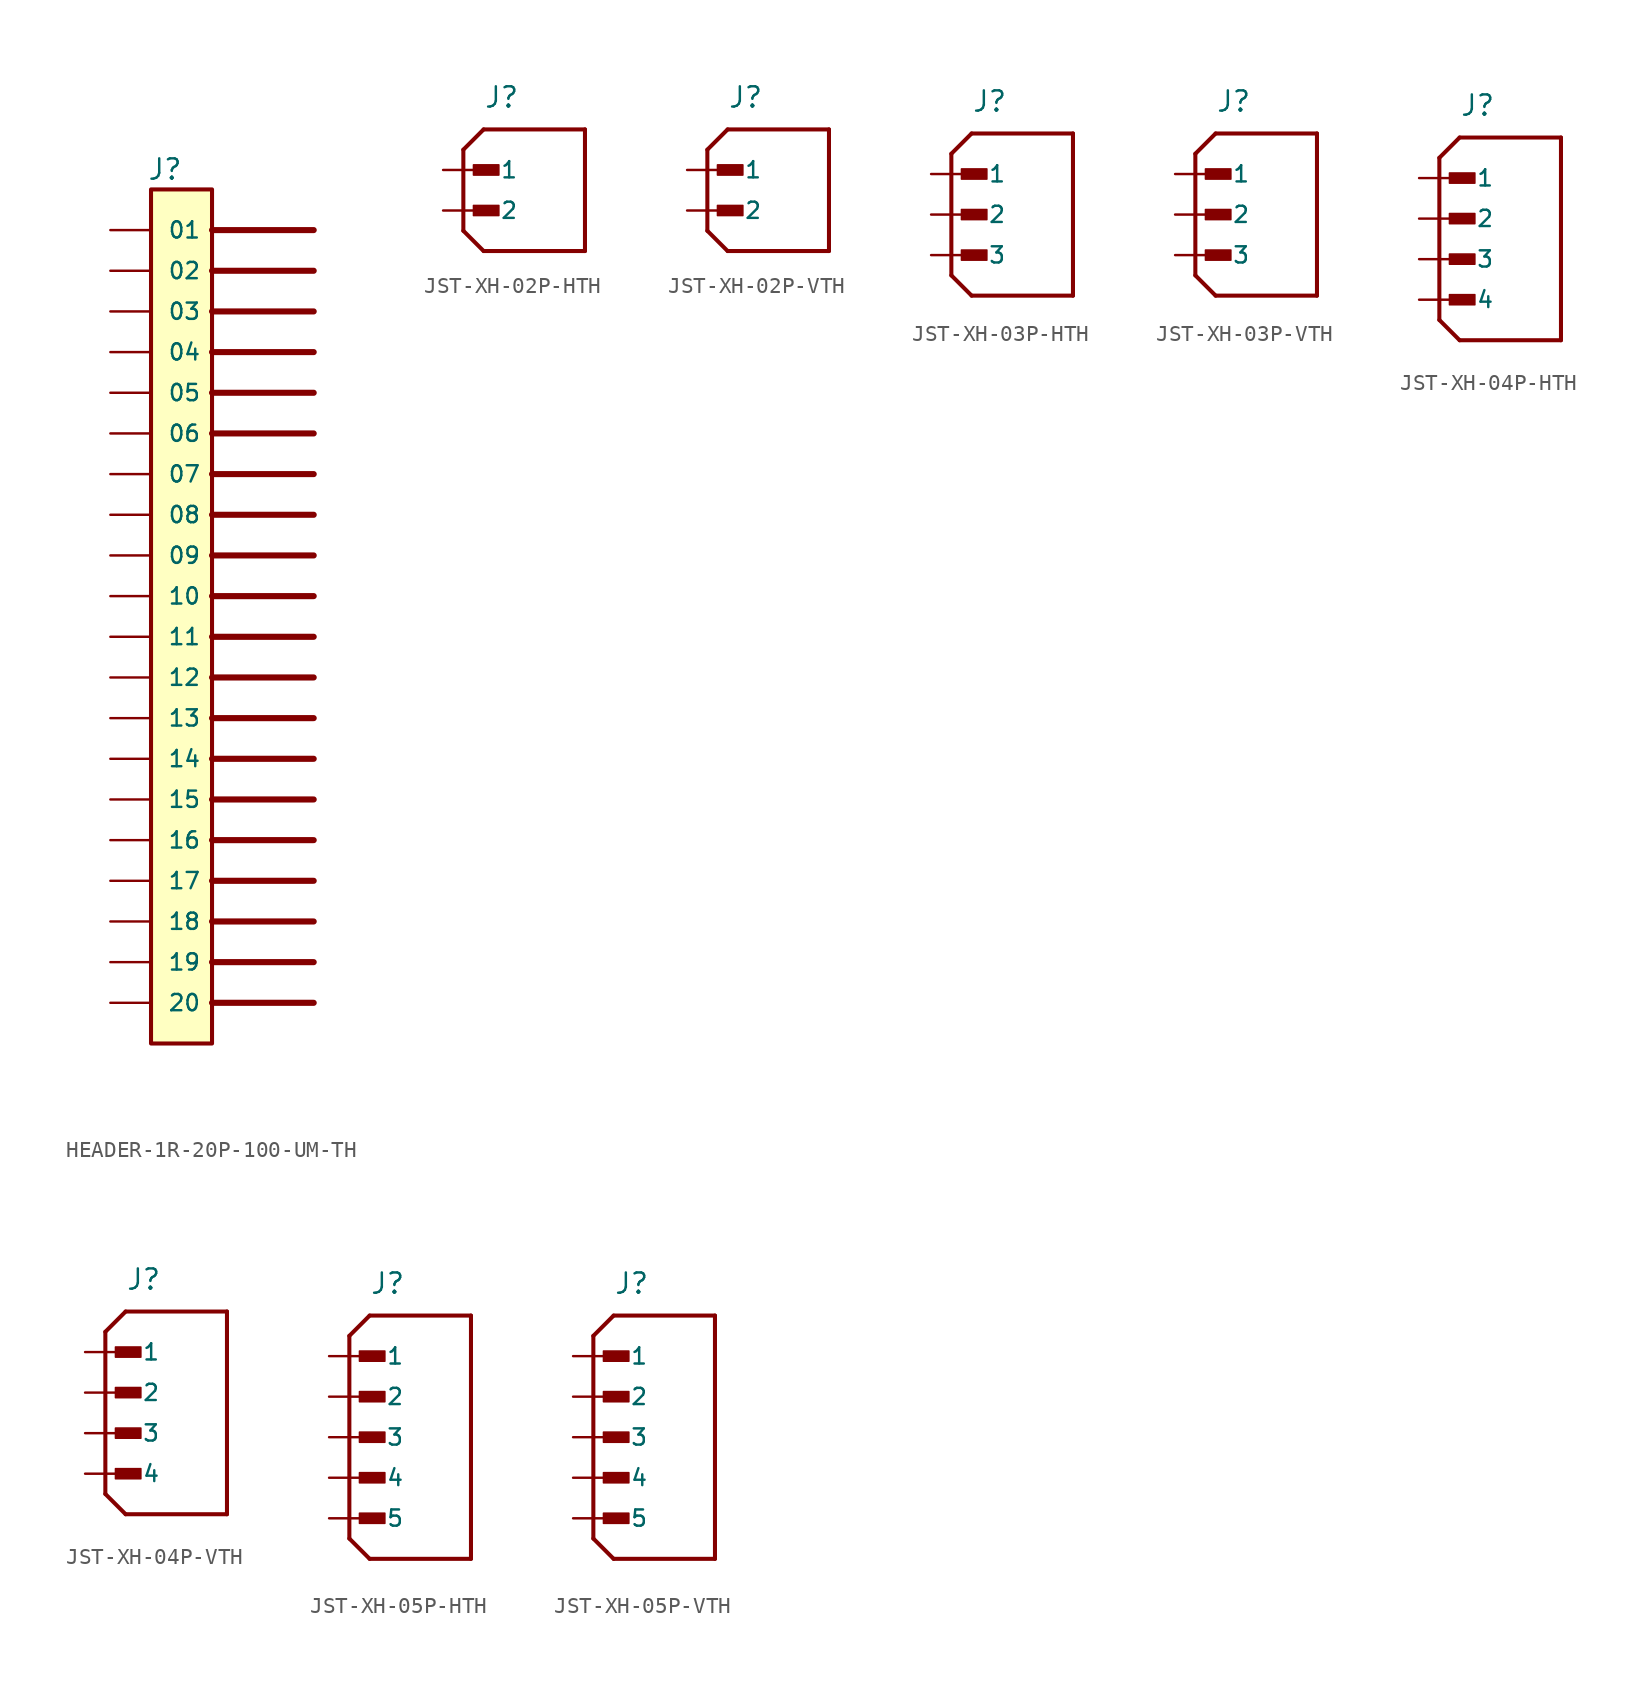
<source format=kicad_sym>
(kicad_symbol_lib
  (version 20231120)
  (generator "kicad_symbol_editor")
  (generator_version "8.0")
  (symbol "HEADER-1R-20P-100-UM-TH"
    (pin_numbers hide)
    (pin_names
      (offset 1.016))
    (property "Reference" "J"
      (at 2.286 3.048 0)
      (effects (font (size 1.27 1.27)) (justify left bottom)))
    (symbol "HEADER-1R-20P-100-UM-TH_0_0"
      (rectangle (start 2.54 2.54) (end 6.35 -50.8) (stroke (width 0.254) (type default)) (fill (type background)))
      (pin passive line (at 0 0 0) (length 2.54) (name "01" (effects (font (size 1.016 1.016)))) (number "01" (effects (font (size 1.016 1.016)))))
      (pin passive line (at 0 -2.54 0) (length 2.54) (name "02" (effects (font (size 1.016 1.016)))) (number "02" (effects (font (size 1.016 1.016)))))
      (pin passive line (at 0 -5.08 0) (length 2.54) (name "03" (effects (font (size 1.016 1.016)))) (number "03" (effects (font (size 1.016 1.016)))))
      (pin passive line (at 0 -7.62 0) (length 2.54) (name "04" (effects (font (size 1.016 1.016)))) (number "04" (effects (font (size 1.016 1.016)))))
      (pin passive line (at 0 -10.16 0) (length 2.54) (name "05" (effects (font (size 1.016 1.016)))) (number "05" (effects (font (size 1.016 1.016)))))
      (pin passive line (at 0 -12.7 0) (length 2.54) (name "06" (effects (font (size 1.016 1.016)))) (number "06" (effects (font (size 1.016 1.016)))))
      (pin passive line (at 0 -15.24 0) (length 2.54) (name "07" (effects (font (size 1.016 1.016)))) (number "07" (effects (font (size 1.016 1.016)))))
      (pin passive line (at 0 -17.78 0) (length 2.54) (name "08" (effects (font (size 1.016 1.016)))) (number "08" (effects (font (size 1.016 1.016)))))
      (pin passive line (at 0 -20.32 0) (length 2.54) (name "09" (effects (font (size 1.016 1.016)))) (number "09" (effects (font (size 1.016 1.016)))))
      (pin passive line (at 0 -22.86 0) (length 2.54) (name "10" (effects (font (size 1.016 1.016)))) (number "10" (effects (font (size 1.016 1.016)))))
      (pin passive line (at 0 -25.4 0) (length 2.54) (name "11" (effects (font (size 1.016 1.016)))) (number "11" (effects (font (size 1.016 1.016)))))
      (pin passive line (at 0 -27.94 0) (length 2.54) (name "12" (effects (font (size 1.016 1.016)))) (number "12" (effects (font (size 1.016 1.016)))))
      (pin passive line (at 0 -30.48 0) (length 2.54) (name "13" (effects (font (size 1.016 1.016)))) (number "13" (effects (font (size 1.016 1.016)))))
      (pin passive line (at 0 -33.02 0) (length 2.54) (name "14" (effects (font (size 1.016 1.016)))) (number "14" (effects (font (size 1.016 1.016)))))
      (pin passive line (at 0 -35.56 0) (length 2.54) (name "15" (effects (font (size 1.016 1.016)))) (number "15" (effects (font (size 1.016 1.016)))))
      (pin passive line (at 0 -38.1 0) (length 2.54) (name "16" (effects (font (size 1.016 1.016)))) (number "16" (effects (font (size 1.016 1.016)))))
      (pin passive line (at 0 -40.64 0) (length 2.54) (name "17" (effects (font (size 1.016 1.016)))) (number "17" (effects (font (size 1.016 1.016)))))
      (pin passive line (at 0 -43.18 0) (length 2.54) (name "18" (effects (font (size 1.016 1.016)))) (number "18" (effects (font (size 1.016 1.016)))))
      (pin passive line (at 0 -45.72 0) (length 2.54) (name "19" (effects (font (size 1.016 1.016)))) (number "19" (effects (font (size 1.016 1.016)))))
      (pin passive line (at 0 -48.26 0) (length 2.54) (name "20" (effects (font (size 1.016 1.016)))) (number "20" (effects (font (size 1.016 1.016))))))
    (symbol "HEADER-1R-20P-100-UM-TH_1_1"
      (polyline (pts (xy 6.35 -48.26) (xy 12.7 -48.26)) (stroke (width 0.381) (type default)) (fill (type none)))
      (polyline (pts (xy 6.35 -45.72) (xy 12.7 -45.72)) (stroke (width 0.381) (type default)) (fill (type none)))
      (polyline (pts (xy 6.35 -43.18) (xy 12.7 -43.18)) (stroke (width 0.381) (type default)) (fill (type none)))
      (polyline (pts (xy 6.35 -40.64) (xy 12.7 -40.64)) (stroke (width 0.381) (type default)) (fill (type none)))
      (polyline (pts (xy 6.35 -38.1) (xy 12.7 -38.1)) (stroke (width 0.381) (type default)) (fill (type none)))
      (polyline (pts (xy 6.35 -35.56) (xy 12.7 -35.56)) (stroke (width 0.381) (type default)) (fill (type none)))
      (polyline (pts (xy 6.35 -33.02) (xy 12.7 -33.02)) (stroke (width 0.381) (type default)) (fill (type none)))
      (polyline (pts (xy 6.35 -30.48) (xy 12.7 -30.48)) (stroke (width 0.381) (type default)) (fill (type none)))
      (polyline (pts (xy 6.35 -27.94) (xy 12.7 -27.94)) (stroke (width 0.381) (type default)) (fill (type none)))
      (polyline (pts (xy 6.35 -25.4) (xy 12.7 -25.4)) (stroke (width 0.381) (type default)) (fill (type none)))
      (polyline (pts (xy 6.35 -22.86) (xy 12.7 -22.86)) (stroke (width 0.381) (type default)) (fill (type none)))
      (polyline (pts (xy 6.35 -20.32) (xy 12.7 -20.32)) (stroke (width 0.381) (type default)) (fill (type none)))
      (polyline (pts (xy 6.35 -17.78) (xy 12.7 -17.78)) (stroke (width 0.381) (type default)) (fill (type none)))
      (polyline (pts (xy 6.35 -15.24) (xy 12.7 -15.24)) (stroke (width 0.381) (type default)) (fill (type none)))
      (polyline (pts (xy 6.35 -12.7) (xy 12.7 -12.7)) (stroke (width 0.381) (type default)) (fill (type none)))
      (polyline (pts (xy 6.35 -10.16) (xy 12.7 -10.16)) (stroke (width 0.381) (type default)) (fill (type none)))
      (polyline (pts (xy 6.35 -7.62) (xy 12.7 -7.62)) (stroke (width 0.381) (type default)) (fill (type none)))
      (polyline (pts (xy 6.35 -5.08) (xy 12.7 -5.08)) (stroke (width 0.381) (type default)) (fill (type none)))
      (polyline (pts (xy 6.35 -2.54) (xy 12.7 -2.54)) (stroke (width 0.381) (type default)) (fill (type none)))
      (polyline (pts (xy 6.35 0) (xy 12.7 0)) (stroke (width 0.381) (type default)) (fill (type none)))))
  (symbol "JST-XH-02P-HTH"
    (pin_numbers hide)
    (pin_names
      (offset 1.016))
    (property "Reference" "J"
      (at 2.54 3.81 0)
      (effects (font (size 1.27 1.27)) (justify left bottom)))
    (symbol "JST-XH-02P-HTH_0_0"
      (polyline (pts (xy 1.27 -3.81) (xy 2.54 -5.08)) (stroke (width 0.254) (type default)) (fill (type none)))
      (polyline (pts (xy 1.27 1.27) (xy 1.27 -3.81)) (stroke (width 0.254) (type default)) (fill (type none)))
      (polyline (pts (xy 1.27 1.27) (xy 2.54 2.54)) (stroke (width 0.254) (type default)) (fill (type none)))
      (polyline (pts (xy 2.54 -5.08) (xy 8.89 -5.08)) (stroke (width 0.254) (type default)) (fill (type none)))
      (polyline (pts (xy 8.89 -5.08) (xy 8.89 2.54)) (stroke (width 0.254) (type default)) (fill (type none)))
      (polyline (pts (xy 8.89 2.54) (xy 2.54 2.54)) (stroke (width 0.254) (type default)) (fill (type none)))
      (rectangle (start 1.905 -2.857) (end 3.493 -2.223) (stroke (width 0.1) (type default)) (fill (type outline)))
      (rectangle (start 1.905 -0.318) (end 3.493 0.318) (stroke (width 0.1) (type default)) (fill (type outline)))
      (pin passive line (at 0 0 0) (length 2.54) (name "1" (effects (font (size 1.016 1.016)))) (number "1" (effects (font (size 1.016 1.016)))))
      (pin passive line (at 0 -2.54 0) (length 2.54) (name "2" (effects (font (size 1.016 1.016)))) (number "2" (effects (font (size 1.016 1.016)))))))
  (symbol "JST-XH-02P-VTH"
    (pin_numbers hide)
    (pin_names
      (offset 1.016))
    (property "Reference" "J"
      (at 2.54 3.81 0)
      (effects (font (size 1.27 1.27)) (justify left bottom)))
    (symbol "JST-XH-02P-VTH_0_0"
      (polyline (pts (xy 1.27 -3.81) (xy 2.54 -5.08)) (stroke (width 0.254) (type default)) (fill (type none)))
      (polyline (pts (xy 1.27 1.27) (xy 1.27 -3.81)) (stroke (width 0.254) (type default)) (fill (type none)))
      (polyline (pts (xy 1.27 1.27) (xy 2.54 2.54)) (stroke (width 0.254) (type default)) (fill (type none)))
      (polyline (pts (xy 2.54 -5.08) (xy 8.89 -5.08)) (stroke (width 0.254) (type default)) (fill (type none)))
      (polyline (pts (xy 8.89 -5.08) (xy 8.89 2.54)) (stroke (width 0.254) (type default)) (fill (type none)))
      (polyline (pts (xy 8.89 2.54) (xy 2.54 2.54)) (stroke (width 0.254) (type default)) (fill (type none)))
      (rectangle (start 1.905 -2.857) (end 3.493 -2.223) (stroke (width 0.1) (type default)) (fill (type outline)))
      (rectangle (start 1.905 -0.318) (end 3.493 0.318) (stroke (width 0.1) (type default)) (fill (type outline)))
      (pin passive line (at 0 0 0) (length 2.54) (name "1" (effects (font (size 1.016 1.016)))) (number "1" (effects (font (size 1.016 1.016)))))
      (pin passive line (at 0 -2.54 0) (length 2.54) (name "2" (effects (font (size 1.016 1.016)))) (number "2" (effects (font (size 1.016 1.016)))))))
  (symbol "JST-XH-03P-HTH"
    (pin_numbers hide)
    (pin_names
      (offset 1.016))
    (property "Reference" "J"
      (at 2.54 3.81 0)
      (effects (font (size 1.27 1.27)) (justify left bottom)))
    (symbol "JST-XH-03P-HTH_0_0"
      (polyline (pts (xy 1.27 -6.35) (xy 2.54 -7.62)) (stroke (width 0.254) (type default)) (fill (type none)))
      (polyline (pts (xy 1.27 1.27) (xy 1.27 -6.35)) (stroke (width 0.254) (type default)) (fill (type none)))
      (polyline (pts (xy 1.27 1.27) (xy 2.54 2.54)) (stroke (width 0.254) (type default)) (fill (type none)))
      (polyline (pts (xy 2.54 -7.62) (xy 8.89 -7.62)) (stroke (width 0.254) (type default)) (fill (type none)))
      (polyline (pts (xy 8.89 -7.62) (xy 8.89 2.54)) (stroke (width 0.254) (type default)) (fill (type none)))
      (polyline (pts (xy 8.89 2.54) (xy 2.54 2.54)) (stroke (width 0.254) (type default)) (fill (type none)))
      (rectangle (start 1.905 -5.397) (end 3.493 -4.763) (stroke (width 0.1) (type default)) (fill (type outline)))
      (rectangle (start 1.905 -2.857) (end 3.493 -2.223) (stroke (width 0.1) (type default)) (fill (type outline)))
      (rectangle (start 1.905 -0.318) (end 3.493 0.318) (stroke (width 0.1) (type default)) (fill (type outline)))
      (pin passive line (at 0 0 0) (length 2.54) (name "1" (effects (font (size 1.016 1.016)))) (number "1" (effects (font (size 1.016 1.016)))))
      (pin passive line (at 0 -2.54 0) (length 2.54) (name "2" (effects (font (size 1.016 1.016)))) (number "2" (effects (font (size 1.016 1.016)))))
      (pin passive line (at 0 -5.08 0) (length 2.54) (name "3" (effects (font (size 1.016 1.016)))) (number "3" (effects (font (size 1.016 1.016)))))))
  (symbol "JST-XH-03P-VTH"
    (pin_numbers hide)
    (pin_names
      (offset 1.016))
    (property "Reference" "J"
      (at 2.54 3.81 0)
      (effects (font (size 1.27 1.27)) (justify left bottom)))
    (symbol "JST-XH-03P-VTH_0_0"
      (polyline (pts (xy 1.27 -6.35) (xy 2.54 -7.62)) (stroke (width 0.254) (type default)) (fill (type none)))
      (polyline (pts (xy 1.27 1.27) (xy 1.27 -6.35)) (stroke (width 0.254) (type default)) (fill (type none)))
      (polyline (pts (xy 1.27 1.27) (xy 2.54 2.54)) (stroke (width 0.254) (type default)) (fill (type none)))
      (polyline (pts (xy 2.54 -7.62) (xy 8.89 -7.62)) (stroke (width 0.254) (type default)) (fill (type none)))
      (polyline (pts (xy 8.89 -7.62) (xy 8.89 2.54)) (stroke (width 0.254) (type default)) (fill (type none)))
      (polyline (pts (xy 8.89 2.54) (xy 2.54 2.54)) (stroke (width 0.254) (type default)) (fill (type none)))
      (rectangle (start 1.905 -5.397) (end 3.493 -4.763) (stroke (width 0.1) (type default)) (fill (type outline)))
      (rectangle (start 1.905 -2.857) (end 3.493 -2.223) (stroke (width 0.1) (type default)) (fill (type outline)))
      (rectangle (start 1.905 -0.318) (end 3.493 0.318) (stroke (width 0.1) (type default)) (fill (type outline)))
      (pin passive line (at 0 0 0) (length 2.54) (name "1" (effects (font (size 1.016 1.016)))) (number "1" (effects (font (size 1.016 1.016)))))
      (pin passive line (at 0 -2.54 0) (length 2.54) (name "2" (effects (font (size 1.016 1.016)))) (number "2" (effects (font (size 1.016 1.016)))))
      (pin passive line (at 0 -5.08 0) (length 2.54) (name "3" (effects (font (size 1.016 1.016)))) (number "3" (effects (font (size 1.016 1.016)))))))
  (symbol "JST-XH-04P-HTH"
    (pin_numbers hide)
    (pin_names
      (offset 1.016))
    (property "Reference" "J"
      (at 2.54 3.81 0)
      (effects (font (size 1.27 1.27)) (justify left bottom)))
    (symbol "JST-XH-04P-HTH_0_0"
      (polyline (pts (xy 1.27 -8.89) (xy 2.54 -10.16)) (stroke (width 0.254) (type default)) (fill (type none)))
      (polyline (pts (xy 1.27 1.27) (xy 1.27 -8.89)) (stroke (width 0.254) (type default)) (fill (type none)))
      (polyline (pts (xy 1.27 1.27) (xy 2.54 2.54)) (stroke (width 0.254) (type default)) (fill (type none)))
      (polyline (pts (xy 2.54 -10.16) (xy 8.89 -10.16)) (stroke (width 0.254) (type default)) (fill (type none)))
      (polyline (pts (xy 8.89 -10.16) (xy 8.89 2.54)) (stroke (width 0.254) (type default)) (fill (type none)))
      (polyline (pts (xy 8.89 2.54) (xy 2.54 2.54)) (stroke (width 0.254) (type default)) (fill (type none)))
      (rectangle (start 1.905 -7.938) (end 3.493 -7.303) (stroke (width 0.1) (type default)) (fill (type outline)))
      (rectangle (start 1.905 -5.397) (end 3.493 -4.763) (stroke (width 0.1) (type default)) (fill (type outline)))
      (rectangle (start 1.905 -2.857) (end 3.493 -2.223) (stroke (width 0.1) (type default)) (fill (type outline)))
      (rectangle (start 1.905 -0.318) (end 3.493 0.318) (stroke (width 0.1) (type default)) (fill (type outline)))
      (pin passive line (at 0 0 0) (length 2.54) (name "1" (effects (font (size 1.016 1.016)))) (number "1" (effects (font (size 1.016 1.016)))))
      (pin passive line (at 0 -2.54 0) (length 2.54) (name "2" (effects (font (size 1.016 1.016)))) (number "2" (effects (font (size 1.016 1.016)))))
      (pin passive line (at 0 -5.08 0) (length 2.54) (name "3" (effects (font (size 1.016 1.016)))) (number "3" (effects (font (size 1.016 1.016)))))
      (pin passive line (at 0 -7.62 0) (length 2.54) (name "4" (effects (font (size 1.016 1.016)))) (number "4" (effects (font (size 1.016 1.016)))))))
  (symbol "JST-XH-04P-VTH"
    (pin_numbers hide)
    (pin_names
      (offset 1.016))
    (property "Reference" "J"
      (at 2.54 3.81 0)
      (effects (font (size 1.27 1.27)) (justify left bottom)))
    (symbol "JST-XH-04P-VTH_0_0"
      (polyline (pts (xy 1.27 -8.89) (xy 2.54 -10.16)) (stroke (width 0.254) (type default)) (fill (type none)))
      (polyline (pts (xy 1.27 1.27) (xy 1.27 -8.89)) (stroke (width 0.254) (type default)) (fill (type none)))
      (polyline (pts (xy 1.27 1.27) (xy 2.54 2.54)) (stroke (width 0.254) (type default)) (fill (type none)))
      (polyline (pts (xy 2.54 -10.16) (xy 8.89 -10.16)) (stroke (width 0.254) (type default)) (fill (type none)))
      (polyline (pts (xy 8.89 -10.16) (xy 8.89 2.54)) (stroke (width 0.254) (type default)) (fill (type none)))
      (polyline (pts (xy 8.89 2.54) (xy 2.54 2.54)) (stroke (width 0.254) (type default)) (fill (type none)))
      (rectangle (start 1.905 -7.938) (end 3.493 -7.303) (stroke (width 0.1) (type default)) (fill (type outline)))
      (rectangle (start 1.905 -5.397) (end 3.493 -4.763) (stroke (width 0.1) (type default)) (fill (type outline)))
      (rectangle (start 1.905 -2.857) (end 3.493 -2.223) (stroke (width 0.1) (type default)) (fill (type outline)))
      (rectangle (start 1.905 -0.318) (end 3.493 0.318) (stroke (width 0.1) (type default)) (fill (type outline)))
      (pin passive line (at 0 0 0) (length 2.54) (name "1" (effects (font (size 1.016 1.016)))) (number "1" (effects (font (size 1.016 1.016)))))
      (pin passive line (at 0 -2.54 0) (length 2.54) (name "2" (effects (font (size 1.016 1.016)))) (number "2" (effects (font (size 1.016 1.016)))))
      (pin passive line (at 0 -5.08 0) (length 2.54) (name "3" (effects (font (size 1.016 1.016)))) (number "3" (effects (font (size 1.016 1.016)))))
      (pin passive line (at 0 -7.62 0) (length 2.54) (name "4" (effects (font (size 1.016 1.016)))) (number "4" (effects (font (size 1.016 1.016)))))))
  (symbol "JST-XH-05P-HTH"
    (pin_numbers hide)
    (pin_names
      (offset 1.016))
    (property "Reference" "J"
      (at 2.54 3.81 0)
      (effects (font (size 1.27 1.27)) (justify left bottom)))
    (symbol "JST-XH-05P-HTH_0_0"
      (polyline (pts (xy 1.27 -11.43) (xy 2.54 -12.7)) (stroke (width 0.254) (type default)) (fill (type none)))
      (polyline (pts (xy 1.27 1.27) (xy 1.27 -11.43)) (stroke (width 0.254) (type default)) (fill (type none)))
      (polyline (pts (xy 1.27 1.27) (xy 2.54 2.54)) (stroke (width 0.254) (type default)) (fill (type none)))
      (polyline (pts (xy 2.54 -12.7) (xy 8.89 -12.7)) (stroke (width 0.254) (type default)) (fill (type none)))
      (polyline (pts (xy 8.89 -12.7) (xy 8.89 2.54)) (stroke (width 0.254) (type default)) (fill (type none)))
      (polyline (pts (xy 8.89 2.54) (xy 2.54 2.54)) (stroke (width 0.254) (type default)) (fill (type none)))
      (rectangle (start 1.905 -10.477) (end 3.493 -9.842) (stroke (width 0.1) (type default)) (fill (type outline)))
      (rectangle (start 1.905 -7.938) (end 3.493 -7.303) (stroke (width 0.1) (type default)) (fill (type outline)))
      (rectangle (start 1.905 -5.397) (end 3.493 -4.763) (stroke (width 0.1) (type default)) (fill (type outline)))
      (rectangle (start 1.905 -2.857) (end 3.493 -2.223) (stroke (width 0.1) (type default)) (fill (type outline)))
      (rectangle (start 1.905 -0.318) (end 3.493 0.318) (stroke (width 0.1) (type default)) (fill (type outline)))
      (pin passive line (at 0 0 0) (length 2.54) (name "1" (effects (font (size 1.016 1.016)))) (number "1" (effects (font (size 1.016 1.016)))))
      (pin passive line (at 0 -2.54 0) (length 2.54) (name "2" (effects (font (size 1.016 1.016)))) (number "2" (effects (font (size 1.016 1.016)))))
      (pin passive line (at 0 -5.08 0) (length 2.54) (name "3" (effects (font (size 1.016 1.016)))) (number "3" (effects (font (size 1.016 1.016)))))
      (pin passive line (at 0 -7.62 0) (length 2.54) (name "4" (effects (font (size 1.016 1.016)))) (number "4" (effects (font (size 1.016 1.016)))))
      (pin passive line (at 0 -10.16 0) (length 2.54) (name "5" (effects (font (size 1.016 1.016)))) (number "5" (effects (font (size 1.016 1.016)))))))
  (symbol "JST-XH-05P-VTH"
    (pin_numbers hide)
    (pin_names
      (offset 1.016))
    (property "Reference" "J"
      (at 2.54 3.81 0)
      (effects (font (size 1.27 1.27)) (justify left bottom)))
    (symbol "JST-XH-05P-VTH_0_0"
      (polyline (pts (xy 1.27 -11.43) (xy 2.54 -12.7)) (stroke (width 0.254) (type default)) (fill (type none)))
      (polyline (pts (xy 1.27 1.27) (xy 1.27 -11.43)) (stroke (width 0.254) (type default)) (fill (type none)))
      (polyline (pts (xy 1.27 1.27) (xy 2.54 2.54)) (stroke (width 0.254) (type default)) (fill (type none)))
      (polyline (pts (xy 2.54 -12.7) (xy 8.89 -12.7)) (stroke (width 0.254) (type default)) (fill (type none)))
      (polyline (pts (xy 8.89 -12.7) (xy 8.89 2.54)) (stroke (width 0.254) (type default)) (fill (type none)))
      (polyline (pts (xy 8.89 2.54) (xy 2.54 2.54)) (stroke (width 0.254) (type default)) (fill (type none)))
      (rectangle (start 1.905 -10.477) (end 3.493 -9.842) (stroke (width 0.1) (type default)) (fill (type outline)))
      (rectangle (start 1.905 -7.938) (end 3.493 -7.303) (stroke (width 0.1) (type default)) (fill (type outline)))
      (rectangle (start 1.905 -5.397) (end 3.493 -4.763) (stroke (width 0.1) (type default)) (fill (type outline)))
      (rectangle (start 1.905 -2.857) (end 3.493 -2.223) (stroke (width 0.1) (type default)) (fill (type outline)))
      (rectangle (start 1.905 -0.318) (end 3.493 0.318) (stroke (width 0.1) (type default)) (fill (type outline)))
      (pin passive line (at 0 0 0) (length 2.54) (name "1" (effects (font (size 1.016 1.016)))) (number "1" (effects (font (size 1.016 1.016)))))
      (pin passive line (at 0 -2.54 0) (length 2.54) (name "2" (effects (font (size 1.016 1.016)))) (number "2" (effects (font (size 1.016 1.016)))))
      (pin passive line (at 0 -5.08 0) (length 2.54) (name "3" (effects (font (size 1.016 1.016)))) (number "3" (effects (font (size 1.016 1.016)))))
      (pin passive line (at 0 -7.62 0) (length 2.54) (name "4" (effects (font (size 1.016 1.016)))) (number "4" (effects (font (size 1.016 1.016)))))
      (pin passive line (at 0 -10.16 0) (length 2.54) (name "5" (effects (font (size 1.016 1.016)))) (number "5" (effects (font (size 1.016 1.016))))))))
</source>
